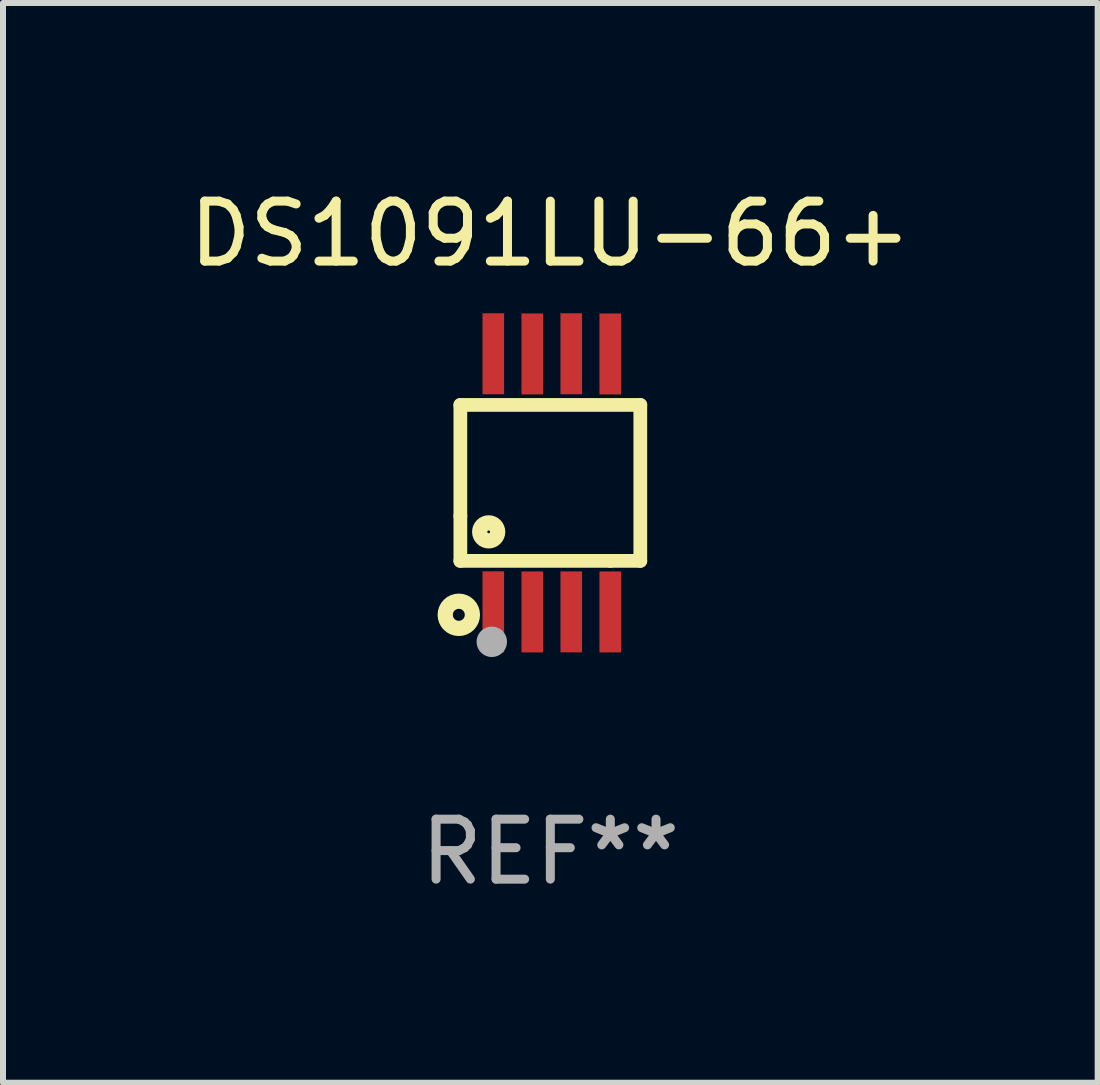
<source format=kicad_pcb>
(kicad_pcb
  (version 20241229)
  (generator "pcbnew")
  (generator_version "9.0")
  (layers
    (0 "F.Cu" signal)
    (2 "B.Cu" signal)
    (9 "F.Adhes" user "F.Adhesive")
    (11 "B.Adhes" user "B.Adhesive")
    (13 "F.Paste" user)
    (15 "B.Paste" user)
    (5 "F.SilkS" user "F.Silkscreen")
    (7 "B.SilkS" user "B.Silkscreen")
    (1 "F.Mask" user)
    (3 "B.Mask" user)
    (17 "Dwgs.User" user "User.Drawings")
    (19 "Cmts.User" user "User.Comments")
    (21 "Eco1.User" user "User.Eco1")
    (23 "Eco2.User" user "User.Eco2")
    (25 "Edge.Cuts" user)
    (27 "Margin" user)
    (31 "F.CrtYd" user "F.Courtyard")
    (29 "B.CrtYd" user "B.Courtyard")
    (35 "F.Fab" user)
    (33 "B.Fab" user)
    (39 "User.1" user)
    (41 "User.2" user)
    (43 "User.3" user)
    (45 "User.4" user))
  (footprint "DS1091LU-66+"
    (layer "F.Cu")
    (at 6.125 5)
    (property "Reference" "DS1091LU-66+" (at 0 -4.152 0) (layer "F.SilkS") (effects (font (size 1 1) (thickness 0.15))))
    (attr through_hole)
    (fp_line (start -1.5 1.301) (end 1 1.301) (stroke (width 0.229) (type solid)) (layer "F.SilkS"))
    (fp_line (start -1.5 -1.299) (end -1.5 0.551) (stroke (width 0.229) (type solid)) (layer "F.SilkS"))
    (fp_line (start -1.5 0.551) (end -1.5 1.301) (stroke (width 0.229) (type solid)) (layer "F.SilkS"))
    (fp_line (start 1 1.301) (end 1.5 1.301) (stroke (width 0.229) (type solid)) (layer "F.SilkS"))
    (fp_line (start 1.5 1.301) (end 1.5 -1.299) (stroke (width 0.229) (type solid)) (layer "F.SilkS"))
    (fp_line (start 1.5 -1.299) (end -1.5 -1.299) (stroke (width 0.229) (type solid)) (layer "F.SilkS"))
    (fp_circle (center -1.526 2.2) (end -1.426 2.2) (stroke (width 0.254) (type solid)) (fill no) (layer "F.SilkS"))
    (fp_circle (center -1.476 2.45) (end -1.446 2.45) (stroke (width 0.06) (type solid)) (fill no) (layer "F.SilkS"))
    (fp_circle (center -1.028 0.817) (end -0.878 0.817) (stroke (width 0.254) (type solid)) (fill no) (layer "F.SilkS"))
    (fp_circle (center -0.976 2.65) (end -0.849 2.65) (stroke (width 0.254) (type solid)) (fill no) (layer "F.Fab"))
    (fp_text user "REF**" (at 0 6.152 0) (layer "F.Fab") (effects (font (size 1 1) (thickness 0.15))))
    (pad "1" smd rect (at -0.951 2.15) (size 0.36 1.35) (layers "F.Cu" "F.Mask" "F.Paste"))
    (pad "2" smd rect (at -0.301 2.152) (size 0.36 1.35) (layers "F.Cu" "F.Mask" "F.Paste"))
    (pad "3" smd rect (at 0.349 2.151) (size 0.36 1.35) (layers "F.Cu" "F.Mask" "F.Paste"))
    (pad "4" smd rect (at 0.999 2.152) (size 0.36 1.35) (layers "F.Cu" "F.Mask" "F.Paste"))
    (pad "5" smd rect (at 0.999 -2.149) (size 0.36 1.35) (layers "F.Cu" "F.Mask" "F.Paste"))
    (pad "6" smd rect (at 0.349 -2.152) (size 0.36 1.35) (layers "F.Cu" "F.Mask" "F.Paste"))
    (pad "7" smd rect (at -0.301 -2.149) (size 0.36 1.35) (layers "F.Cu" "F.Mask" "F.Paste"))
    (pad "8" smd rect (at -0.951 -2.152) (size 0.36 1.35) (layers "F.Cu" "F.Mask" "F.Paste")))
  (gr_rect
    (start -3 -3)
    (end 15.25 15.001)
    (stroke (width 0.1) (type default))
    (fill no)
    (layer "Edge.Cuts")))
</source>
